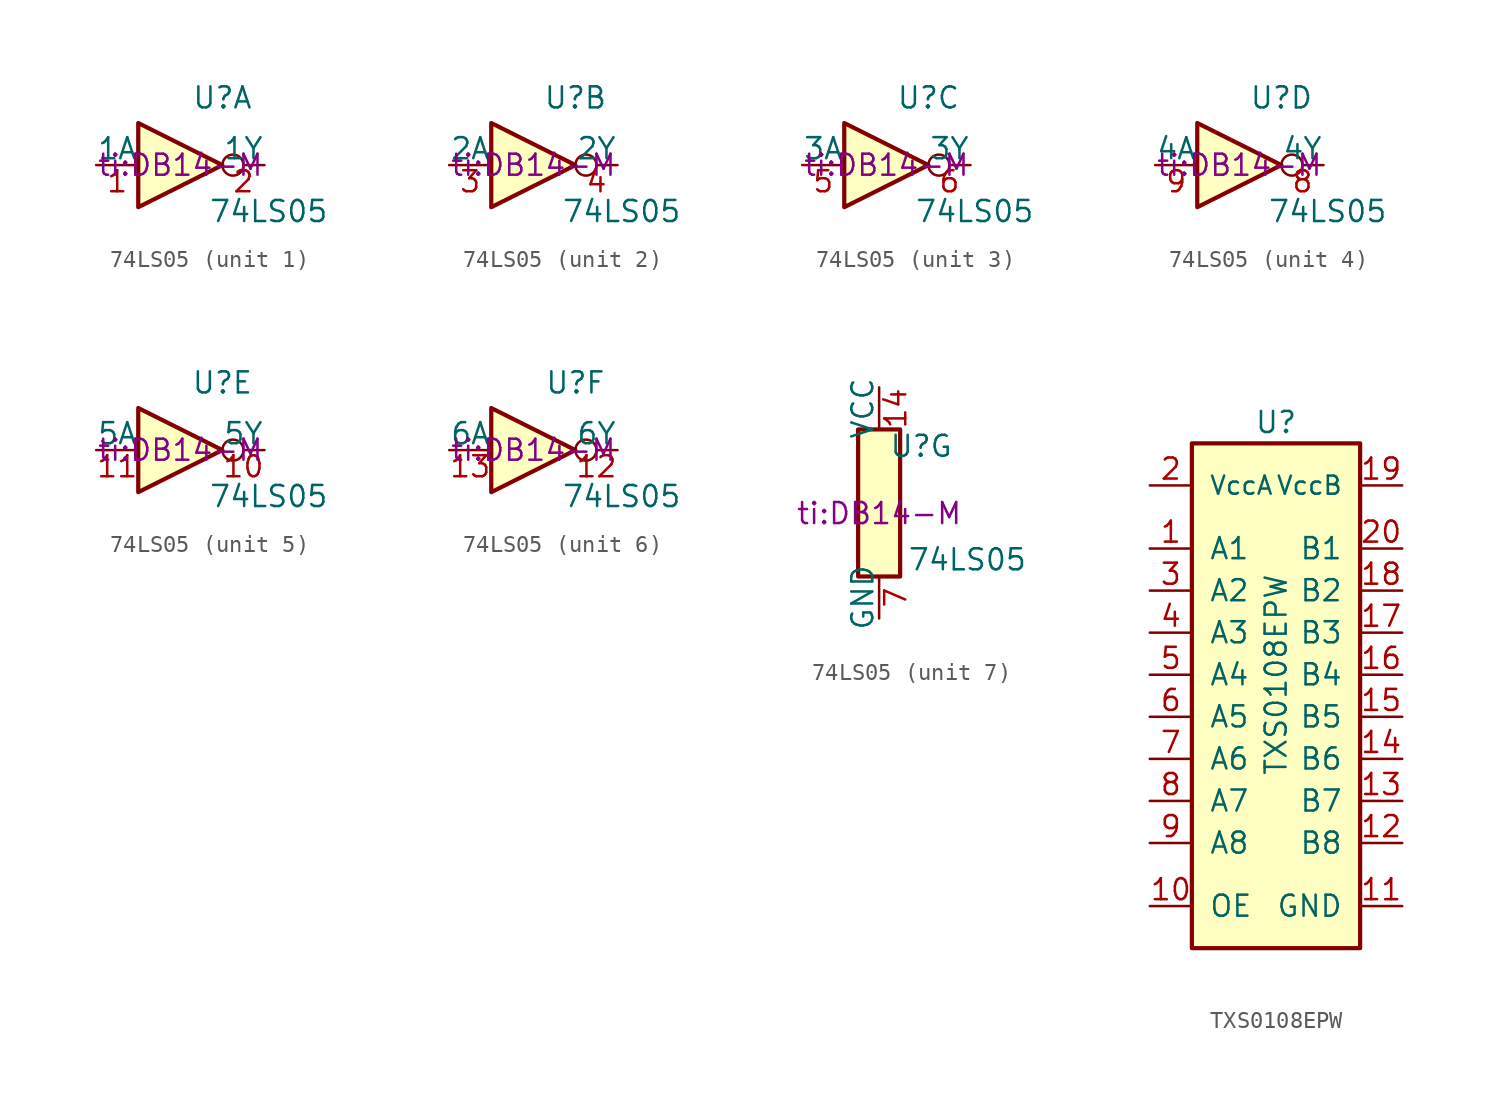
<source format=kicad_sym>
(kicad_symbol_lib
  (version 20231120)
  (generator "kicad_symbol_editor")
  (generator_version "8.0")
  (symbol "74LS05"
    (pin_names
      (offset 0))
    (property "Reference" "U"
      (at 2.54 4.064 0)
      (effects (font (size 1.27 1.27))))
    (property "Value" "74LS05"
      (at 5.334 -2.794 0)
      (effects (font (size 1.27 1.27))))
    (property "Footprint" "ti:DB14-M"
      (at 0 0 0)
      (effects (font (size 1.27 1.27))))
    (symbol "74LS05_1_1"
      (polyline (pts (xy -2.54 2.54) (xy -2.54 -2.54) (xy 2.54 0) (xy -2.54 2.54)) (stroke (width 0.254) (type default)) (fill (type background)))
      (pin input line (at -5.08 0 0) (length 2.54) (name "1A" (effects (font (size 1.27 1.27)))) (number "1" (effects (font (size 1.27 1.27)))))
      (pin open_collector inverted (at 5.08 0 180) (length 2.54) (name "1Y" (effects (font (size 1.27 1.27)))) (number "2" (effects (font (size 1.27 1.27))))))
    (symbol "74LS05_2_1"
      (polyline (pts (xy -2.54 2.54) (xy -2.54 -2.54) (xy 2.54 0) (xy -2.54 2.54)) (stroke (width 0.254) (type default)) (fill (type background)))
      (pin input line (at -5.08 0 0) (length 2.54) (name "2A" (effects (font (size 1.27 1.27)))) (number "3" (effects (font (size 1.27 1.27)))))
      (pin open_collector inverted (at 5.08 0 180) (length 2.54) (name "2Y" (effects (font (size 1.27 1.27)))) (number "4" (effects (font (size 1.27 1.27))))))
    (symbol "74LS05_3_1"
      (polyline (pts (xy -2.54 2.54) (xy -2.54 -2.54) (xy 2.54 0) (xy -2.54 2.54)) (stroke (width 0.254) (type default)) (fill (type background)))
      (pin input line (at -5.08 0 0) (length 2.54) (name "3A" (effects (font (size 1.27 1.27)))) (number "5" (effects (font (size 1.27 1.27)))))
      (pin open_collector inverted (at 5.08 0 180) (length 2.54) (name "3Y" (effects (font (size 1.27 1.27)))) (number "6" (effects (font (size 1.27 1.27))))))
    (symbol "74LS05_4_1"
      (polyline (pts (xy -2.54 2.54) (xy -2.54 -2.54) (xy 2.54 0) (xy -2.54 2.54)) (stroke (width 0.254) (type default)) (fill (type background)))
      (pin open_collector inverted (at 5.08 0 180) (length 2.54) (name "4Y" (effects (font (size 1.27 1.27)))) (number "8" (effects (font (size 1.27 1.27)))))
      (pin input line (at -5.08 0 0) (length 2.54) (name "4A" (effects (font (size 1.27 1.27)))) (number "9" (effects (font (size 1.27 1.27))))))
    (symbol "74LS05_5_1"
      (polyline (pts (xy -2.54 2.54) (xy -2.54 -2.54) (xy 2.54 0) (xy -2.54 2.54)) (stroke (width 0.254) (type default)) (fill (type background)))
      (pin open_collector inverted (at 5.08 0 180) (length 2.54) (name "5Y" (effects (font (size 1.27 1.27)))) (number "10" (effects (font (size 1.27 1.27)))))
      (pin input line (at -5.08 0 0) (length 2.54) (name "5A" (effects (font (size 1.27 1.27)))) (number "11" (effects (font (size 1.27 1.27))))))
    (symbol "74LS05_6_1"
      (polyline (pts (xy -2.54 2.54) (xy -2.54 -2.54) (xy 2.54 0) (xy -2.54 2.54)) (stroke (width 0.254) (type default)) (fill (type background)))
      (pin open_collector inverted (at 5.08 0 180) (length 2.54) (name "6Y" (effects (font (size 1.27 1.27)))) (number "12" (effects (font (size 1.27 1.27)))))
      (pin input line (at -5.08 0 0) (length 2.54) (name "6A" (effects (font (size 1.27 1.27)))) (number "13" (effects (font (size 1.27 1.27))))))
    (symbol "74LS05_7_0"
      (rectangle (start -1.27 5.08) (end 1.27 -3.81) (stroke (width 0.254) (type default)) (fill (type background))))
    (symbol "74LS05_7_1"
      (pin power_in line (at 0 7.62 270) (length 2.54) (name "VCC" (effects (font (size 1.27 1.27)))) (number "14" (effects (font (size 1.27 1.27)))))
      (pin power_in line (at 0 -6.35 90) (length 2.54) (name "GND" (effects (font (size 1.27 1.27)))) (number "7" (effects (font (size 1.27 1.27)))))))
  (symbol "TXS0108EPW"
    (pin_names
      (offset 1.016))
    (property "Reference" "U"
      (at 0 15.24 0)
      (effects (font (size 1.27 1.27))))
    (property "Value" "TXS0108EPW"
      (at 0 0 90)
      (effects (font (size 1.27 1.27))))
    (symbol "TXS0108EPW_1_0"
      (pin bidirectional line (at -7.62 7.62 0) (length 2.54) (name "A1" (effects (font (size 1.27 1.27)))) (number "1" (effects (font (size 1.27 1.27)))))
      (pin input line (at -7.62 -13.97 0) (length 2.54) (name "OE" (effects (font (size 1.27 1.27)))) (number "10" (effects (font (size 1.27 1.27)))))
      (pin power_in line (at 7.62 -13.97 180) (length 2.54) (name "GND" (effects (font (size 1.27 1.27)))) (number "11" (effects (font (size 1.27 1.27)))))
      (pin bidirectional line (at 7.62 -10.16 180) (length 2.54) (name "B8" (effects (font (size 1.27 1.27)))) (number "12" (effects (font (size 1.27 1.27)))))
      (pin bidirectional line (at 7.62 -7.62 180) (length 2.54) (name "B7" (effects (font (size 1.27 1.27)))) (number "13" (effects (font (size 1.27 1.27)))))
      (pin bidirectional line (at 7.62 -5.08 180) (length 2.54) (name "B6" (effects (font (size 1.27 1.27)))) (number "14" (effects (font (size 1.27 1.27)))))
      (pin bidirectional line (at 7.62 -2.54 180) (length 2.54) (name "B5" (effects (font (size 1.27 1.27)))) (number "15" (effects (font (size 1.27 1.27)))))
      (pin bidirectional line (at 7.62 0 180) (length 2.54) (name "B4" (effects (font (size 1.27 1.27)))) (number "16" (effects (font (size 1.27 1.27)))))
      (pin bidirectional line (at 7.62 2.54 180) (length 2.54) (name "B3" (effects (font (size 1.27 1.27)))) (number "17" (effects (font (size 1.27 1.27)))))
      (pin bidirectional line (at 7.62 5.08 180) (length 2.54) (name "B2" (effects (font (size 1.27 1.27)))) (number "18" (effects (font (size 1.27 1.27)))))
      (pin power_in line (at 7.62 11.43 180) (length 2.54) (name "VccB" (effects (font (size 1.092 1.092)))) (number "19" (effects (font (size 1.27 1.27)))))
      (pin bidirectional line (at 7.62 7.62 180) (length 2.54) (name "B1" (effects (font (size 1.27 1.27)))) (number "20" (effects (font (size 1.27 1.27)))))
      (pin bidirectional line (at -7.62 5.08 0) (length 2.54) (name "A2" (effects (font (size 1.27 1.27)))) (number "3" (effects (font (size 1.27 1.27)))))
      (pin bidirectional line (at -7.62 2.54 0) (length 2.54) (name "A3" (effects (font (size 1.27 1.27)))) (number "4" (effects (font (size 1.27 1.27)))))
      (pin bidirectional line (at -7.62 0 0) (length 2.54) (name "A4" (effects (font (size 1.27 1.27)))) (number "5" (effects (font (size 1.27 1.27)))))
      (pin bidirectional line (at -7.62 -2.54 0) (length 2.54) (name "A5" (effects (font (size 1.27 1.27)))) (number "6" (effects (font (size 1.27 1.27)))))
      (pin bidirectional line (at -7.62 -5.08 0) (length 2.54) (name "A6" (effects (font (size 1.27 1.27)))) (number "7" (effects (font (size 1.27 1.27)))))
      (pin bidirectional line (at -7.62 -7.62 0) (length 2.54) (name "A7" (effects (font (size 1.27 1.27)))) (number "8" (effects (font (size 1.27 1.27)))))
      (pin bidirectional line (at -7.62 -10.16 0) (length 2.54) (name "A8" (effects (font (size 1.27 1.27)))) (number "9" (effects (font (size 1.27 1.27))))))
    (symbol "TXS0108EPW_1_1"
      (rectangle (start 5.08 13.97) (end -5.08 -16.51) (stroke (width 0.254) (type default)) (fill (type background)))
      (pin power_in line (at -7.62 11.43 0) (length 2.54) (name "VccA" (effects (font (size 1.092 1.092)))) (number "2" (effects (font (size 1.27 1.27))))))))
</source>
